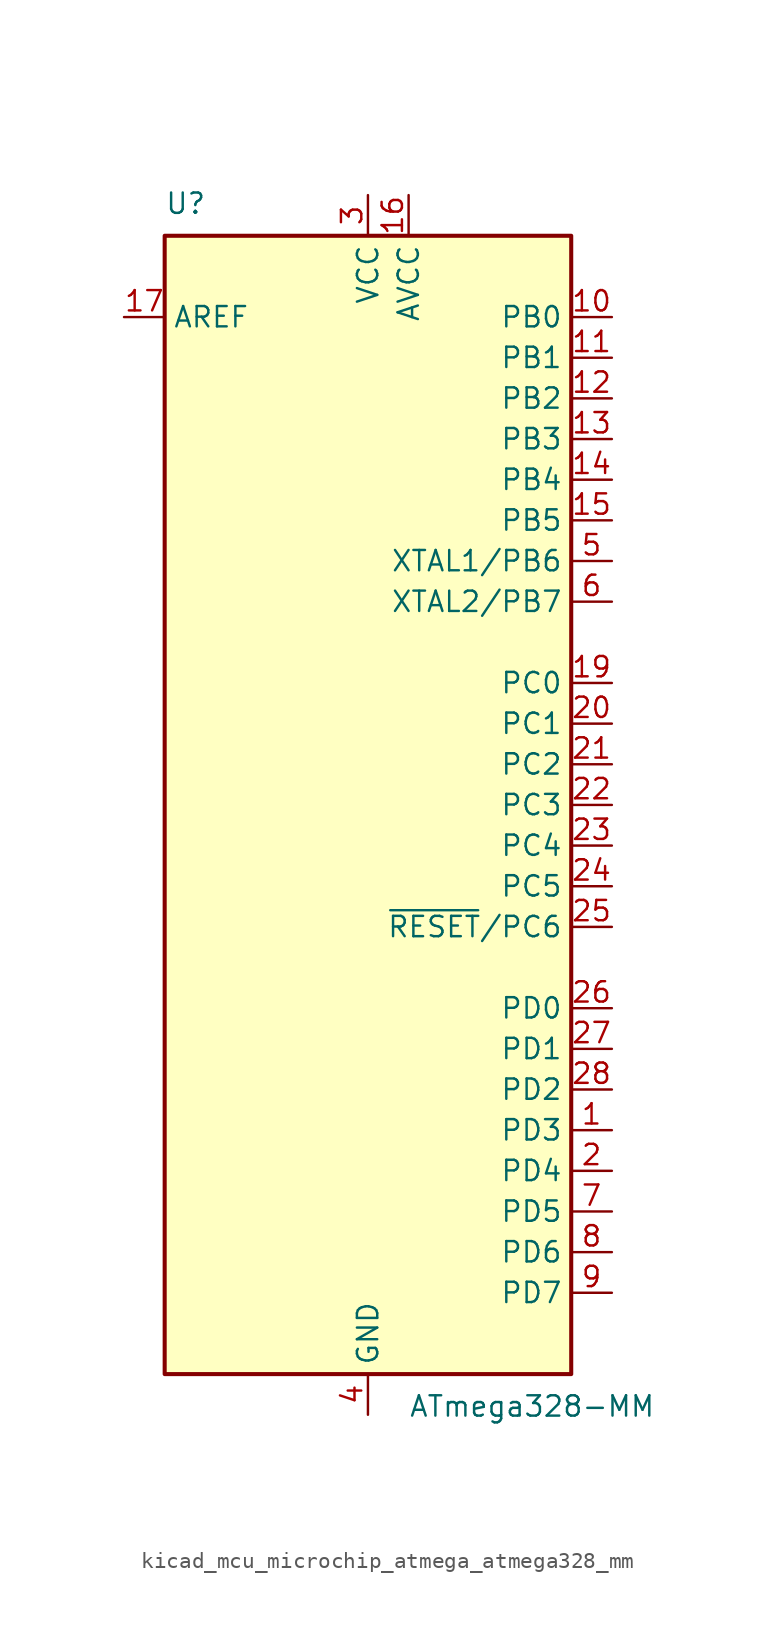
<source format=kicad_sym>
(kicad_symbol_lib
  (version 20220914)
  (generator kicad_symbol_editor)
  (symbol "kicad_mcu_microchip_atmega_atmega328_mm"
    (property "Reference" "U"
      (at -12.7 36.83 0)
      (effects (font (size 1.27 1.27)) (justify left bottom)))
    (property "Value" "ATmega328-MM"
      (at 2.54 -36.83 0)
      (effects (font (size 1.27 1.27)) (justify left top)))
    (symbol "kicad_mcu_microchip_atmega_atmega328_mm_0_1"
      (rectangle (start -12.7 -35.56) (end 12.7 35.56) (stroke (width 0.254) (type default)) (fill (type background))))
    (symbol "kicad_mcu_microchip_atmega_atmega328_mm_1_1"
      (pin bidirectional line (at 15.24 -20.32 180) (length 2.54) (name "PD3" (effects (font (size 1.27 1.27)))) (number "1" (effects (font (size 1.27 1.27)))))
      (pin bidirectional line (at 15.24 30.48 180) (length 2.54) (name "PB0" (effects (font (size 1.27 1.27)))) (number "10" (effects (font (size 1.27 1.27)))))
      (pin bidirectional line (at 15.24 27.94 180) (length 2.54) (name "PB1" (effects (font (size 1.27 1.27)))) (number "11" (effects (font (size 1.27 1.27)))))
      (pin bidirectional line (at 15.24 25.4 180) (length 2.54) (name "PB2" (effects (font (size 1.27 1.27)))) (number "12" (effects (font (size 1.27 1.27)))))
      (pin bidirectional line (at 15.24 22.86 180) (length 2.54) (name "PB3" (effects (font (size 1.27 1.27)))) (number "13" (effects (font (size 1.27 1.27)))))
      (pin bidirectional line (at 15.24 20.32 180) (length 2.54) (name "PB4" (effects (font (size 1.27 1.27)))) (number "14" (effects (font (size 1.27 1.27)))))
      (pin bidirectional line (at 15.24 17.78 180) (length 2.54) (name "PB5" (effects (font (size 1.27 1.27)))) (number "15" (effects (font (size 1.27 1.27)))))
      (pin power_in line (at 2.54 38.1 270) (length 2.54) (name "AVCC" (effects (font (size 1.27 1.27)))) (number "16" (effects (font (size 1.27 1.27)))))
      (pin passive line (at -15.24 30.48 0) (length 2.54) (name "AREF" (effects (font (size 1.27 1.27)))) (number "17" (effects (font (size 1.27 1.27)))))
      (pin passive line (at 0 -38.1 90) (length 2.54) hide (name "GND" (effects (font (size 1.27 1.27)))) (number "18" (effects (font (size 1.27 1.27)))))
      (pin bidirectional line (at 15.24 7.62 180) (length 2.54) (name "PC0" (effects (font (size 1.27 1.27)))) (number "19" (effects (font (size 1.27 1.27)))))
      (pin bidirectional line (at 15.24 -22.86 180) (length 2.54) (name "PD4" (effects (font (size 1.27 1.27)))) (number "2" (effects (font (size 1.27 1.27)))))
      (pin bidirectional line (at 15.24 5.08 180) (length 2.54) (name "PC1" (effects (font (size 1.27 1.27)))) (number "20" (effects (font (size 1.27 1.27)))))
      (pin bidirectional line (at 15.24 2.54 180) (length 2.54) (name "PC2" (effects (font (size 1.27 1.27)))) (number "21" (effects (font (size 1.27 1.27)))))
      (pin bidirectional line (at 15.24 0 180) (length 2.54) (name "PC3" (effects (font (size 1.27 1.27)))) (number "22" (effects (font (size 1.27 1.27)))))
      (pin bidirectional line (at 15.24 -2.54 180) (length 2.54) (name "PC4" (effects (font (size 1.27 1.27)))) (number "23" (effects (font (size 1.27 1.27)))))
      (pin bidirectional line (at 15.24 -5.08 180) (length 2.54) (name "PC5" (effects (font (size 1.27 1.27)))) (number "24" (effects (font (size 1.27 1.27)))))
      (pin bidirectional line (at 15.24 -7.62 180) (length 2.54) (name "~{RESET}/PC6" (effects (font (size 1.27 1.27)))) (number "25" (effects (font (size 1.27 1.27)))))
      (pin bidirectional line (at 15.24 -12.7 180) (length 2.54) (name "PD0" (effects (font (size 1.27 1.27)))) (number "26" (effects (font (size 1.27 1.27)))))
      (pin bidirectional line (at 15.24 -15.24 180) (length 2.54) (name "PD1" (effects (font (size 1.27 1.27)))) (number "27" (effects (font (size 1.27 1.27)))))
      (pin bidirectional line (at 15.24 -17.78 180) (length 2.54) (name "PD2" (effects (font (size 1.27 1.27)))) (number "28" (effects (font (size 1.27 1.27)))))
      (pin passive line (at 0 -38.1 90) (length 2.54) hide (name "GND" (effects (font (size 1.27 1.27)))) (number "29" (effects (font (size 1.27 1.27)))))
      (pin power_in line (at 0 38.1 270) (length 2.54) (name "VCC" (effects (font (size 1.27 1.27)))) (number "3" (effects (font (size 1.27 1.27)))))
      (pin power_in line (at 0 -38.1 90) (length 2.54) (name "GND" (effects (font (size 1.27 1.27)))) (number "4" (effects (font (size 1.27 1.27)))))
      (pin bidirectional line (at 15.24 15.24 180) (length 2.54) (name "XTAL1/PB6" (effects (font (size 1.27 1.27)))) (number "5" (effects (font (size 1.27 1.27)))))
      (pin bidirectional line (at 15.24 12.7 180) (length 2.54) (name "XTAL2/PB7" (effects (font (size 1.27 1.27)))) (number "6" (effects (font (size 1.27 1.27)))))
      (pin bidirectional line (at 15.24 -25.4 180) (length 2.54) (name "PD5" (effects (font (size 1.27 1.27)))) (number "7" (effects (font (size 1.27 1.27)))))
      (pin bidirectional line (at 15.24 -27.94 180) (length 2.54) (name "PD6" (effects (font (size 1.27 1.27)))) (number "8" (effects (font (size 1.27 1.27)))))
      (pin bidirectional line (at 15.24 -30.48 180) (length 2.54) (name "PD7" (effects (font (size 1.27 1.27)))) (number "9" (effects (font (size 1.27 1.27))))))))
</source>
